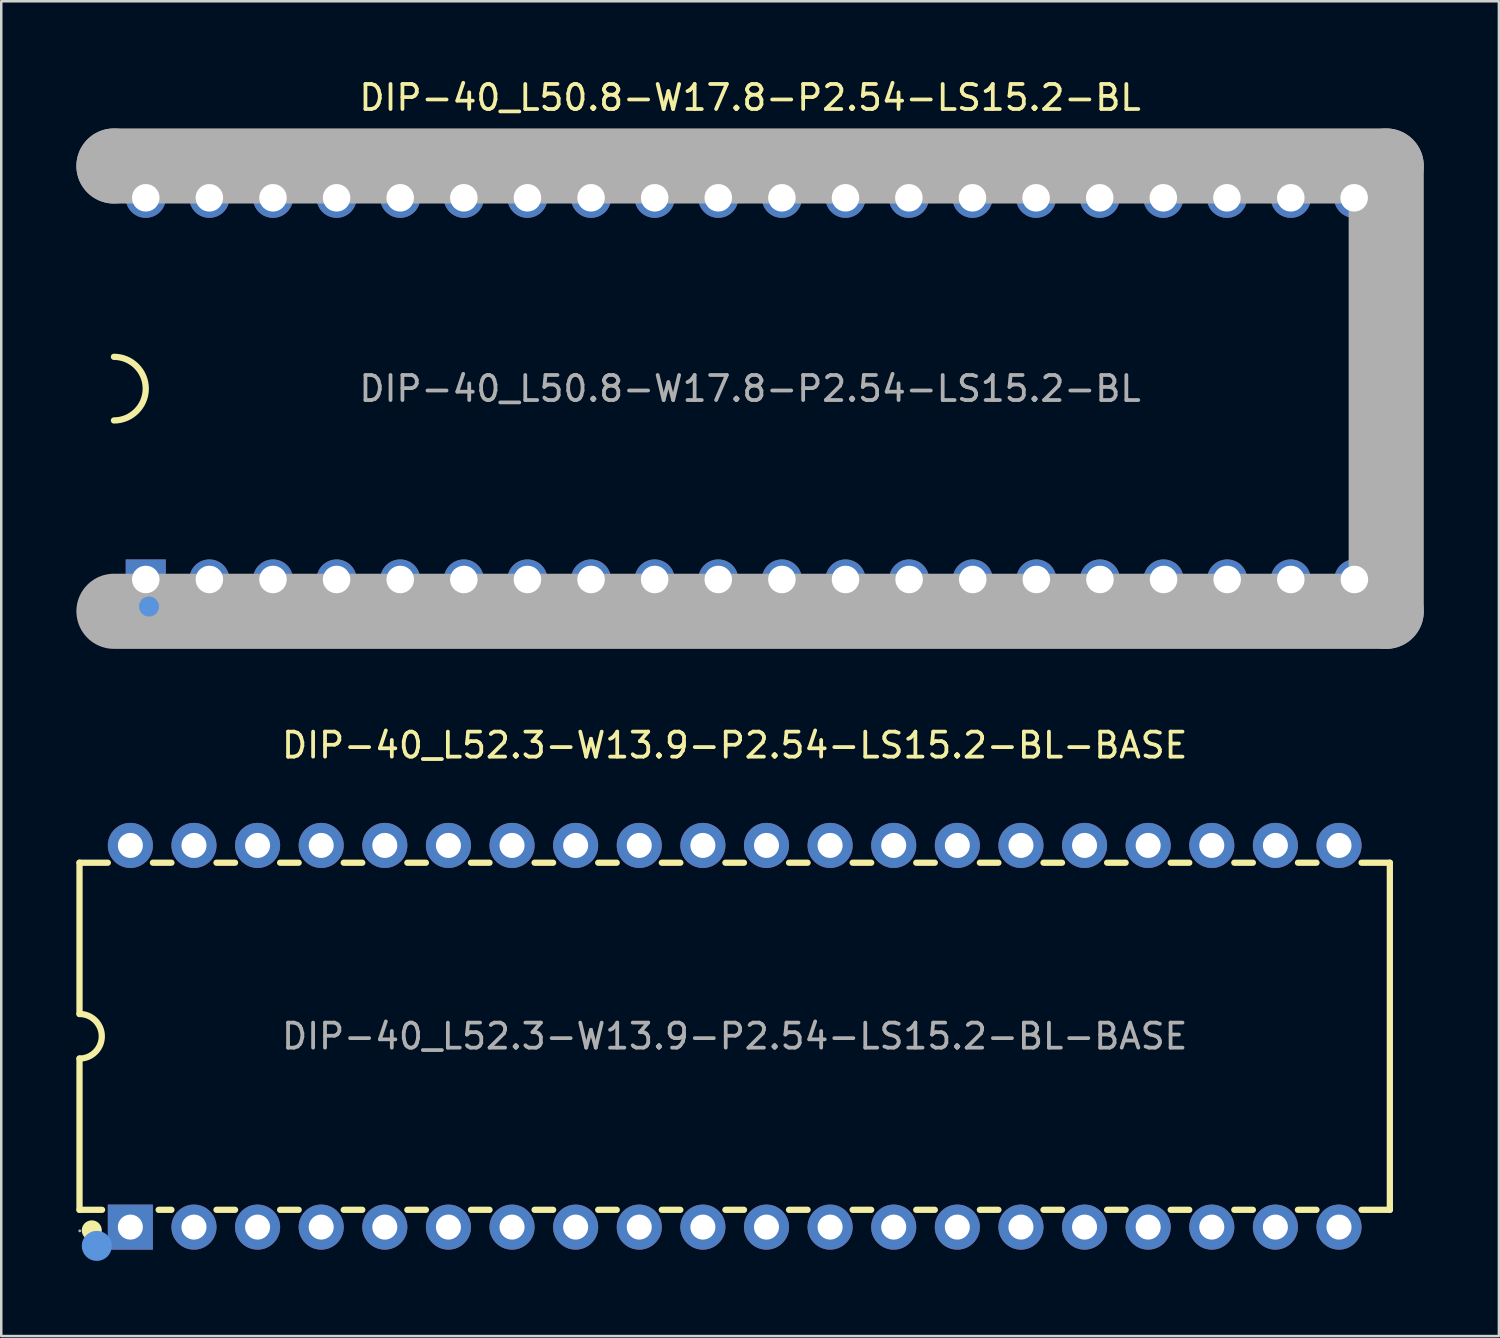
<source format=kicad_pcb>
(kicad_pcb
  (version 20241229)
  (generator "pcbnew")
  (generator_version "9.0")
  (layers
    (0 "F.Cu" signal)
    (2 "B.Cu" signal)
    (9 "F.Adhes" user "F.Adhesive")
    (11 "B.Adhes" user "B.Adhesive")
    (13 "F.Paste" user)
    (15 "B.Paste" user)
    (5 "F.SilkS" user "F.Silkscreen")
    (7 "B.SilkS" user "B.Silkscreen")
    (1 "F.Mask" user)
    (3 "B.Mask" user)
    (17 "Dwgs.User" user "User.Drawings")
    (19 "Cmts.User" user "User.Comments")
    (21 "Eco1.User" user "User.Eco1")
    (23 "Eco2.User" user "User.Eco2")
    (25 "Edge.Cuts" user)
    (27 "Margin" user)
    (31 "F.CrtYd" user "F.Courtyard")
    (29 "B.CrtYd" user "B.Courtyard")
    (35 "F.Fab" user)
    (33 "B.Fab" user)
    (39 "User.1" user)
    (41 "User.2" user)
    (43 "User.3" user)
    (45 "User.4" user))
  (footprint "DIP-40_L52.3-W13.9-P2.54-LS15.2-BL-BASE"
    (layer "F.Cu")
    (at 26.285 38.327)
    (property "Reference" "DIP-40_L52.3-W13.9-P2.54-LS15.2-BL-BASE" (at 0 -11.62 0) (layer "F.SilkS") (effects (font (size 1 1) (thickness 0.15))))
    (attr through_hole)
    (fp_line (start -26.16 -6.93) (end -26.16 -0.89) (stroke (width 0.25) (type solid)) (layer "F.SilkS"))
    (fp_line (start -26.16 -6.93) (end -25.03 -6.93) (stroke (width 0.25) (type solid)) (layer "F.SilkS"))
    (fp_line (start -26.16 6.93) (end -26.16 0.89) (stroke (width 0.25) (type solid)) (layer "F.SilkS"))
    (fp_line (start -26.16 6.93) (end -25.26 6.93) (stroke (width 0.25) (type solid)) (layer "F.SilkS"))
    (fp_line (start -23.23 -6.93) (end -22.49 -6.93) (stroke (width 0.25) (type solid)) (layer "F.SilkS"))
    (fp_line (start -23 6.93) (end -22.49 6.93) (stroke (width 0.25) (type solid)) (layer "F.SilkS"))
    (fp_line (start -20.69 -6.93) (end -19.95 -6.93) (stroke (width 0.25) (type solid)) (layer "F.SilkS"))
    (fp_line (start -20.69 6.93) (end -19.95 6.93) (stroke (width 0.25) (type solid)) (layer "F.SilkS"))
    (fp_line (start -18.15 -6.93) (end -17.41 -6.93) (stroke (width 0.25) (type solid)) (layer "F.SilkS"))
    (fp_line (start -18.15 6.93) (end -17.41 6.93) (stroke (width 0.25) (type solid)) (layer "F.SilkS"))
    (fp_line (start -15.61 -6.93) (end -14.87 -6.93) (stroke (width 0.25) (type solid)) (layer "F.SilkS"))
    (fp_line (start -15.61 6.93) (end -14.87 6.93) (stroke (width 0.25) (type solid)) (layer "F.SilkS"))
    (fp_line (start -13.07 -6.93) (end -12.33 -6.93) (stroke (width 0.25) (type solid)) (layer "F.SilkS"))
    (fp_line (start -13.07 6.93) (end -12.33 6.93) (stroke (width 0.25) (type solid)) (layer "F.SilkS"))
    (fp_line (start -10.53 -6.93) (end -9.79 -6.93) (stroke (width 0.25) (type solid)) (layer "F.SilkS"))
    (fp_line (start -10.53 6.93) (end -9.79 6.93) (stroke (width 0.25) (type solid)) (layer "F.SilkS"))
    (fp_line (start -7.99 -6.93) (end -7.25 -6.93) (stroke (width 0.25) (type solid)) (layer "F.SilkS"))
    (fp_line (start -7.99 6.93) (end -7.25 6.93) (stroke (width 0.25) (type solid)) (layer "F.SilkS"))
    (fp_line (start -5.45 -6.93) (end -4.71 -6.93) (stroke (width 0.25) (type solid)) (layer "F.SilkS"))
    (fp_line (start -5.45 6.93) (end -4.71 6.93) (stroke (width 0.25) (type solid)) (layer "F.SilkS"))
    (fp_line (start -2.91 -6.93) (end -2.17 -6.93) (stroke (width 0.25) (type solid)) (layer "F.SilkS"))
    (fp_line (start -2.91 6.93) (end -2.17 6.93) (stroke (width 0.25) (type solid)) (layer "F.SilkS"))
    (fp_line (start -0.37 -6.93) (end 0.37 -6.93) (stroke (width 0.25) (type solid)) (layer "F.SilkS"))
    (fp_line (start -0.37 6.93) (end 0.37 6.93) (stroke (width 0.25) (type solid)) (layer "F.SilkS"))
    (fp_line (start 2.17 -6.93) (end 2.91 -6.93) (stroke (width 0.25) (type solid)) (layer "F.SilkS"))
    (fp_line (start 2.17 6.93) (end 2.91 6.93) (stroke (width 0.25) (type solid)) (layer "F.SilkS"))
    (fp_line (start 4.71 -6.93) (end 5.45 -6.93) (stroke (width 0.25) (type solid)) (layer "F.SilkS"))
    (fp_line (start 4.71 6.93) (end 5.45 6.93) (stroke (width 0.25) (type solid)) (layer "F.SilkS"))
    (fp_line (start 7.25 -6.93) (end 7.99 -6.93) (stroke (width 0.25) (type solid)) (layer "F.SilkS"))
    (fp_line (start 7.25 6.93) (end 7.99 6.93) (stroke (width 0.25) (type solid)) (layer "F.SilkS"))
    (fp_line (start 9.79 -6.93) (end 10.53 -6.93) (stroke (width 0.25) (type solid)) (layer "F.SilkS"))
    (fp_line (start 9.79 6.93) (end 10.53 6.93) (stroke (width 0.25) (type solid)) (layer "F.SilkS"))
    (fp_line (start 12.33 -6.93) (end 13.07 -6.93) (stroke (width 0.25) (type solid)) (layer "F.SilkS"))
    (fp_line (start 12.33 6.93) (end 13.07 6.93) (stroke (width 0.25) (type solid)) (layer "F.SilkS"))
    (fp_line (start 14.87 -6.93) (end 15.61 -6.93) (stroke (width 0.25) (type solid)) (layer "F.SilkS"))
    (fp_line (start 14.87 6.93) (end 15.61 6.93) (stroke (width 0.25) (type solid)) (layer "F.SilkS"))
    (fp_line (start 17.41 -6.93) (end 18.15 -6.93) (stroke (width 0.25) (type solid)) (layer "F.SilkS"))
    (fp_line (start 17.41 6.93) (end 18.15 6.93) (stroke (width 0.25) (type solid)) (layer "F.SilkS"))
    (fp_line (start 19.95 -6.93) (end 20.69 -6.93) (stroke (width 0.25) (type solid)) (layer "F.SilkS"))
    (fp_line (start 19.95 6.93) (end 20.69 6.93) (stroke (width 0.25) (type solid)) (layer "F.SilkS"))
    (fp_line (start 22.49 -6.93) (end 23.23 -6.93) (stroke (width 0.25) (type solid)) (layer "F.SilkS"))
    (fp_line (start 22.49 6.93) (end 23.23 6.93) (stroke (width 0.25) (type solid)) (layer "F.SilkS"))
    (fp_line (start 25.03 -6.93) (end 26.16 -6.93) (stroke (width 0.25) (type solid)) (layer "F.SilkS"))
    (fp_line (start 25.03 6.93) (end 26.16 6.93) (stroke (width 0.25) (type solid)) (layer "F.SilkS"))
    (fp_line (start 26.16 -6.93) (end 26.16 6.93) (stroke (width 0.25) (type solid)) (layer "F.SilkS"))
    (fp_arc (start -26.16 -0.89) (mid -25.27 0) (end -26.16 0.89) (stroke (width 0.25) (type solid)) (layer "F.SilkS"))
    (fp_circle (center -25.67 7.75) (end -25.47 7.75) (stroke (width 0.4) (type solid)) (fill no) (layer "F.SilkS"))
    (fp_circle (center -25.47 8.37) (end -25.17 8.37) (stroke (width 0.6) (type solid)) (fill no) (layer "Cmts.User"))
    (fp_circle (center -26.15 7.77) (end -26.12 7.77) (stroke (width 0.06) (type solid)) (fill no) (layer "F.Fab"))
    (fp_text user "${REFERENCE}" (at 0 0 0) (layer "F.Fab") (effects (font (size 1 1) (thickness 0.15))))
    (pad "1" thru_hole rect (at -24.13 7.62) (size 1.8 1.8) (drill 1) (layers "*.Cu" "*.Paste" "*.Mask"))
    (pad "2" thru_hole circle (at -21.59 7.62) (size 1.8 1.8) (drill 1) (layers "*.Cu" "*.Paste" "*.Mask"))
    (pad "3" thru_hole circle (at -19.05 7.62) (size 1.8 1.8) (drill 1) (layers "*.Cu" "*.Paste" "*.Mask"))
    (pad "4" thru_hole circle (at -16.51 7.62) (size 1.8 1.8) (drill 1) (layers "*.Cu" "*.Paste" "*.Mask"))
    (pad "5" thru_hole circle (at -13.97 7.62) (size 1.8 1.8) (drill 1) (layers "*.Cu" "*.Paste" "*.Mask"))
    (pad "6" thru_hole circle (at -11.43 7.62) (size 1.8 1.8) (drill 1) (layers "*.Cu" "*.Paste" "*.Mask"))
    (pad "7" thru_hole circle (at -8.89 7.62) (size 1.8 1.8) (drill 1) (layers "*.Cu" "*.Paste" "*.Mask"))
    (pad "8" thru_hole circle (at -6.35 7.62) (size 1.8 1.8) (drill 1) (layers "*.Cu" "*.Paste" "*.Mask"))
    (pad "9" thru_hole circle (at -3.81 7.62) (size 1.8 1.8) (drill 1) (layers "*.Cu" "*.Paste" "*.Mask"))
    (pad "10" thru_hole circle (at -1.27 7.62) (size 1.8 1.8) (drill 1) (layers "*.Cu" "*.Paste" "*.Mask"))
    (pad "11" thru_hole circle (at 1.27 7.62) (size 1.8 1.8) (drill 1) (layers "*.Cu" "*.Paste" "*.Mask"))
    (pad "12" thru_hole circle (at 3.81 7.62) (size 1.8 1.8) (drill 1) (layers "*.Cu" "*.Paste" "*.Mask"))
    (pad "13" thru_hole circle (at 6.35 7.62) (size 1.8 1.8) (drill 1) (layers "*.Cu" "*.Paste" "*.Mask"))
    (pad "14" thru_hole circle (at 8.89 7.62) (size 1.8 1.8) (drill 1) (layers "*.Cu" "*.Paste" "*.Mask"))
    (pad "15" thru_hole circle (at 11.43 7.62) (size 1.8 1.8) (drill 1) (layers "*.Cu" "*.Paste" "*.Mask"))
    (pad "16" thru_hole circle (at 13.97 7.62) (size 1.8 1.8) (drill 1) (layers "*.Cu" "*.Paste" "*.Mask"))
    (pad "17" thru_hole circle (at 16.51 7.62) (size 1.8 1.8) (drill 1) (layers "*.Cu" "*.Paste" "*.Mask"))
    (pad "18" thru_hole circle (at 19.05 7.62) (size 1.8 1.8) (drill 1) (layers "*.Cu" "*.Paste" "*.Mask"))
    (pad "19" thru_hole circle (at 21.59 7.62) (size 1.8 1.8) (drill 1) (layers "*.Cu" "*.Paste" "*.Mask"))
    (pad "20" thru_hole circle (at 24.13 7.62) (size 1.8 1.8) (drill 1) (layers "*.Cu" "*.Paste" "*.Mask"))
    (pad "21" thru_hole circle (at 24.13 -7.62) (size 1.8 1.8) (drill 1) (layers "*.Cu" "*.Paste" "*.Mask"))
    (pad "22" thru_hole circle (at 21.59 -7.62) (size 1.8 1.8) (drill 1) (layers "*.Cu" "*.Paste" "*.Mask"))
    (pad "23" thru_hole circle (at 19.05 -7.62) (size 1.8 1.8) (drill 1) (layers "*.Cu" "*.Paste" "*.Mask"))
    (pad "24" thru_hole circle (at 16.51 -7.62) (size 1.8 1.8) (drill 1) (layers "*.Cu" "*.Paste" "*.Mask"))
    (pad "25" thru_hole circle (at 13.97 -7.62) (size 1.8 1.8) (drill 1) (layers "*.Cu" "*.Paste" "*.Mask"))
    (pad "26" thru_hole circle (at 11.43 -7.62) (size 1.8 1.8) (drill 1) (layers "*.Cu" "*.Paste" "*.Mask"))
    (pad "27" thru_hole circle (at 8.89 -7.62) (size 1.8 1.8) (drill 1) (layers "*.Cu" "*.Paste" "*.Mask"))
    (pad "28" thru_hole circle (at 6.35 -7.62) (size 1.8 1.8) (drill 1) (layers "*.Cu" "*.Paste" "*.Mask"))
    (pad "29" thru_hole circle (at 3.81 -7.62) (size 1.8 1.8) (drill 1) (layers "*.Cu" "*.Paste" "*.Mask"))
    (pad "30" thru_hole circle (at 1.27 -7.62) (size 1.8 1.8) (drill 1) (layers "*.Cu" "*.Paste" "*.Mask"))
    (pad "31" thru_hole circle (at -1.27 -7.62) (size 1.8 1.8) (drill 1) (layers "*.Cu" "*.Paste" "*.Mask"))
    (pad "32" thru_hole circle (at -3.81 -7.62) (size 1.8 1.8) (drill 1) (layers "*.Cu" "*.Paste" "*.Mask"))
    (pad "33" thru_hole circle (at -6.35 -7.62) (size 1.8 1.8) (drill 1) (layers "*.Cu" "*.Paste" "*.Mask"))
    (pad "34" thru_hole circle (at -8.89 -7.62) (size 1.8 1.8) (drill 1) (layers "*.Cu" "*.Paste" "*.Mask"))
    (pad "35" thru_hole circle (at -11.43 -7.62) (size 1.8 1.8) (drill 1) (layers "*.Cu" "*.Paste" "*.Mask"))
    (pad "36" thru_hole circle (at -13.97 -7.62) (size 1.8 1.8) (drill 1) (layers "*.Cu" "*.Paste" "*.Mask"))
    (pad "37" thru_hole circle (at -16.51 -7.62) (size 1.8 1.8) (drill 1) (layers "*.Cu" "*.Paste" "*.Mask"))
    (pad "38" thru_hole circle (at -19.05 -7.62) (size 1.8 1.8) (drill 1) (layers "*.Cu" "*.Paste" "*.Mask"))
    (pad "39" thru_hole circle (at -21.59 -7.62) (size 1.8 1.8) (drill 1) (layers "*.Cu" "*.Paste" "*.Mask"))
    (pad "40" thru_hole circle (at -24.13 -7.62) (size 1.8 1.8) (drill 1) (layers "*.Cu" "*.Paste" "*.Mask")))
  (footprint "DIP-40_L50.8-W17.8-P2.54-LS15.2-BL"
    (layer "F.Cu")
    (at 26.9 12.468)
    (property "Reference" "DIP-40_L50.8-W17.8-P2.54-LS15.2-BL" (at 0 -11.62 0) (layer "F.SilkS") (effects (font (size 1 1) (thickness 0.15))))
    (attr through_hole)
    (fp_arc (start -25.4 -1.27) (mid -24.13 0) (end -25.4 1.27) (stroke (width 0.25) (type solid)) (layer "F.SilkS"))
    (fp_circle (center -25.5 9.6) (end -25.2 9.6) (stroke (width 0.25) (type solid)) (fill no) (layer "F.SilkS"))
    (fp_circle (center -24 8.7) (end -23.8 8.7) (stroke (width 0.4) (type solid)) (fill no) (layer "Cmts.User"))
    (fp_line (start -25.4 -8.89) (end -25.4 -8.89) (stroke (width 3) (type solid)) (layer "F.Fab"))
    (fp_line (start -25.4 -8.89) (end 25.4 -8.89) (stroke (width 3) (type solid)) (layer "F.Fab"))
    (fp_line (start 25.4 -8.89) (end 25.4 8.89) (stroke (width 3) (type solid)) (layer "F.Fab"))
    (fp_line (start 25.4 8.89) (end -25.4 8.89) (stroke (width 3) (type solid)) (layer "F.Fab"))
    (fp_circle (center -25.4 8.9) (end -25.37 8.9) (stroke (width 0.06) (type solid)) (fill no) (layer "F.Fab"))
    (fp_circle (center -24.13 -7.62) (end -24.01 -7.62) (stroke (width 0.25) (type solid)) (fill no) (layer "F.Fab"))
    (fp_circle (center -24.13 7.62) (end -24.01 7.62) (stroke (width 0.25) (type solid)) (fill no) (layer "F.Fab"))
    (fp_circle (center -21.59 -7.62) (end -21.47 -7.62) (stroke (width 0.25) (type solid)) (fill no) (layer "F.Fab"))
    (fp_circle (center -21.59 7.62) (end -21.47 7.62) (stroke (width 0.25) (type solid)) (fill no) (layer "F.Fab"))
    (fp_circle (center -19.05 -7.62) (end -18.93 -7.62) (stroke (width 0.25) (type solid)) (fill no) (layer "F.Fab"))
    (fp_circle (center -19.05 7.62) (end -18.93 7.62) (stroke (width 0.25) (type solid)) (fill no) (layer "F.Fab"))
    (fp_circle (center -16.51 -7.62) (end -16.39 -7.62) (stroke (width 0.25) (type solid)) (fill no) (layer "F.Fab"))
    (fp_circle (center -16.51 7.62) (end -16.39 7.62) (stroke (width 0.25) (type solid)) (fill no) (layer "F.Fab"))
    (fp_circle (center -13.97 -7.62) (end -13.85 -7.62) (stroke (width 0.25) (type solid)) (fill no) (layer "F.Fab"))
    (fp_circle (center -13.97 7.62) (end -13.85 7.62) (stroke (width 0.25) (type solid)) (fill no) (layer "F.Fab"))
    (fp_circle (center -11.43 -7.62) (end -11.31 -7.62) (stroke (width 0.25) (type solid)) (fill no) (layer "F.Fab"))
    (fp_circle (center -11.43 7.62) (end -11.31 7.62) (stroke (width 0.25) (type solid)) (fill no) (layer "F.Fab"))
    (fp_circle (center -8.89 -7.62) (end -8.77 -7.62) (stroke (width 0.25) (type solid)) (fill no) (layer "F.Fab"))
    (fp_circle (center -8.89 7.62) (end -8.77 7.62) (stroke (width 0.25) (type solid)) (fill no) (layer "F.Fab"))
    (fp_circle (center -6.35 -7.62) (end -6.23 -7.62) (stroke (width 0.25) (type solid)) (fill no) (layer "F.Fab"))
    (fp_circle (center -6.35 7.62) (end -6.23 7.62) (stroke (width 0.25) (type solid)) (fill no) (layer "F.Fab"))
    (fp_circle (center -3.81 -7.62) (end -3.69 -7.62) (stroke (width 0.25) (type solid)) (fill no) (layer "F.Fab"))
    (fp_circle (center -3.81 7.62) (end -3.69 7.62) (stroke (width 0.25) (type solid)) (fill no) (layer "F.Fab"))
    (fp_circle (center -1.27 -7.62) (end -1.15 -7.62) (stroke (width 0.25) (type solid)) (fill no) (layer "F.Fab"))
    (fp_circle (center -1.27 7.62) (end -1.15 7.62) (stroke (width 0.25) (type solid)) (fill no) (layer "F.Fab"))
    (fp_circle (center 1.27 -7.62) (end 1.39 -7.62) (stroke (width 0.25) (type solid)) (fill no) (layer "F.Fab"))
    (fp_circle (center 1.27 7.62) (end 1.39 7.62) (stroke (width 0.25) (type solid)) (fill no) (layer "F.Fab"))
    (fp_circle (center 3.81 -7.62) (end 3.93 -7.62) (stroke (width 0.25) (type solid)) (fill no) (layer "F.Fab"))
    (fp_circle (center 3.81 7.62) (end 3.93 7.62) (stroke (width 0.25) (type solid)) (fill no) (layer "F.Fab"))
    (fp_circle (center 6.34 -7.62) (end 6.46 -7.62) (stroke (width 0.25) (type solid)) (fill no) (layer "F.Fab"))
    (fp_circle (center 6.35 7.62) (end 6.47 7.62) (stroke (width 0.25) (type solid)) (fill no) (layer "F.Fab"))
    (fp_circle (center 8.88 -7.62) (end 9 -7.62) (stroke (width 0.25) (type solid)) (fill no) (layer "F.Fab"))
    (fp_circle (center 8.89 7.62) (end 9.01 7.62) (stroke (width 0.25) (type solid)) (fill no) (layer "F.Fab"))
    (fp_circle (center 11.42 -7.62) (end 11.54 -7.62) (stroke (width 0.25) (type solid)) (fill no) (layer "F.Fab"))
    (fp_circle (center 11.43 7.62) (end 11.55 7.62) (stroke (width 0.25) (type solid)) (fill no) (layer "F.Fab"))
    (fp_circle (center 13.96 -7.62) (end 14.08 -7.62) (stroke (width 0.25) (type solid)) (fill no) (layer "F.Fab"))
    (fp_circle (center 13.97 7.62) (end 14.09 7.62) (stroke (width 0.25) (type solid)) (fill no) (layer "F.Fab"))
    (fp_circle (center 16.5 -7.62) (end 16.62 -7.62) (stroke (width 0.25) (type solid)) (fill no) (layer "F.Fab"))
    (fp_circle (center 16.51 7.62) (end 16.63 7.62) (stroke (width 0.25) (type solid)) (fill no) (layer "F.Fab"))
    (fp_circle (center 19.04 -7.62) (end 19.16 -7.62) (stroke (width 0.25) (type solid)) (fill no) (layer "F.Fab"))
    (fp_circle (center 19.05 7.62) (end 19.17 7.62) (stroke (width 0.25) (type solid)) (fill no) (layer "F.Fab"))
    (fp_circle (center 21.59 -7.62) (end 21.71 -7.62) (stroke (width 0.25) (type solid)) (fill no) (layer "F.Fab"))
    (fp_circle (center 21.59 7.62) (end 21.71 7.62) (stroke (width 0.25) (type solid)) (fill no) (layer "F.Fab"))
    (fp_circle (center 24.12 -7.62) (end 24.24 -7.62) (stroke (width 0.25) (type solid)) (fill no) (layer "F.Fab"))
    (fp_circle (center 24.13 7.62) (end 24.25 7.62) (stroke (width 0.25) (type solid)) (fill no) (layer "F.Fab"))
    (fp_text user "${REFERENCE}" (at 0 0 0) (layer "F.Fab") (effects (font (size 1 1) (thickness 0.15))))
    (pad "1" thru_hole rect (at -24.13 7.62 90) (size 1.6 1.6) (drill 1.1) (layers "*.Cu" "*.Paste" "*.Mask"))
    (pad "2" thru_hole circle (at -21.59 7.62 90) (size 1.6 1.6) (drill 1.1) (layers "*.Cu" "*.Paste" "*.Mask"))
    (pad "3" thru_hole circle (at -19.05 7.62 90) (size 1.6 1.6) (drill 1.1) (layers "*.Cu" "*.Paste" "*.Mask"))
    (pad "4" thru_hole circle (at -16.51 7.62 90) (size 1.6 1.6) (drill 1.1) (layers "*.Cu" "*.Paste" "*.Mask"))
    (pad "5" thru_hole circle (at -13.97 7.62 90) (size 1.6 1.6) (drill 1.1) (layers "*.Cu" "*.Paste" "*.Mask"))
    (pad "6" thru_hole circle (at -11.43 7.62 90) (size 1.6 1.6) (drill 1.1) (layers "*.Cu" "*.Paste" "*.Mask"))
    (pad "7" thru_hole circle (at -8.89 7.62 90) (size 1.6 1.6) (drill 1.1) (layers "*.Cu" "*.Paste" "*.Mask"))
    (pad "8" thru_hole circle (at -6.35 7.62 90) (size 1.6 1.6) (drill 1.1) (layers "*.Cu" "*.Paste" "*.Mask"))
    (pad "9" thru_hole circle (at -3.81 7.62 90) (size 1.6 1.6) (drill 1.1) (layers "*.Cu" "*.Paste" "*.Mask"))
    (pad "10" thru_hole circle (at -1.27 7.62 90) (size 1.6 1.6) (drill 1.1) (layers "*.Cu" "*.Paste" "*.Mask"))
    (pad "11" thru_hole circle (at 1.27 7.62 90) (size 1.6 1.6) (drill 1.1) (layers "*.Cu" "*.Paste" "*.Mask"))
    (pad "12" thru_hole circle (at 3.81 7.62 90) (size 1.6 1.6) (drill 1.1) (layers "*.Cu" "*.Paste" "*.Mask"))
    (pad "13" thru_hole circle (at 6.35 7.62 90) (size 1.6 1.6) (drill 1.1) (layers "*.Cu" "*.Paste" "*.Mask"))
    (pad "14" thru_hole circle (at 8.89 7.62 90) (size 1.6 1.6) (drill 1.1) (layers "*.Cu" "*.Paste" "*.Mask"))
    (pad "15" thru_hole circle (at 11.43 7.62 90) (size 1.6 1.6) (drill 1.1) (layers "*.Cu" "*.Paste" "*.Mask"))
    (pad "16" thru_hole circle (at 13.97 7.62 90) (size 1.6 1.6) (drill 1.1) (layers "*.Cu" "*.Paste" "*.Mask"))
    (pad "17" thru_hole circle (at 16.51 7.62 90) (size 1.6 1.6) (drill 1.1) (layers "*.Cu" "*.Paste" "*.Mask"))
    (pad "18" thru_hole circle (at 19.05 7.62 90) (size 1.6 1.6) (drill 1.1) (layers "*.Cu" "*.Paste" "*.Mask"))
    (pad "19" thru_hole circle (at 21.59 7.62 90) (size 1.6 1.6) (drill 1.1) (layers "*.Cu" "*.Paste" "*.Mask"))
    (pad "20" thru_hole circle (at 24.13 7.62 90) (size 1.6 1.6) (drill 1.1) (layers "*.Cu" "*.Paste" "*.Mask"))
    (pad "21" thru_hole circle (at 24.12 -7.62 90) (size 1.6 1.6) (drill 1.1) (layers "*.Cu" "*.Paste" "*.Mask"))
    (pad "22" thru_hole circle (at 21.59 -7.62 90) (size 1.6 1.6) (drill 1.1) (layers "*.Cu" "*.Paste" "*.Mask"))
    (pad "23" thru_hole circle (at 19.04 -7.62 90) (size 1.6 1.6) (drill 1.1) (layers "*.Cu" "*.Paste" "*.Mask"))
    (pad "24" thru_hole circle (at 16.5 -7.62 90) (size 1.6 1.6) (drill 1.1) (layers "*.Cu" "*.Paste" "*.Mask"))
    (pad "25" thru_hole circle (at 13.96 -7.62 90) (size 1.6 1.6) (drill 1.1) (layers "*.Cu" "*.Paste" "*.Mask"))
    (pad "26" thru_hole circle (at 11.42 -7.62 90) (size 1.6 1.6) (drill 1.1) (layers "*.Cu" "*.Paste" "*.Mask"))
    (pad "27" thru_hole circle (at 8.88 -7.62 90) (size 1.6 1.6) (drill 1.1) (layers "*.Cu" "*.Paste" "*.Mask"))
    (pad "28" thru_hole circle (at 6.34 -7.62 90) (size 1.6 1.6) (drill 1.1) (layers "*.Cu" "*.Paste" "*.Mask"))
    (pad "29" thru_hole circle (at 3.81 -7.62 90) (size 1.6 1.6) (drill 1.1) (layers "*.Cu" "*.Paste" "*.Mask"))
    (pad "30" thru_hole circle (at 1.27 -7.62 90) (size 1.6 1.6) (drill 1.1) (layers "*.Cu" "*.Paste" "*.Mask"))
    (pad "31" thru_hole circle (at -1.27 -7.62 90) (size 1.6 1.6) (drill 1.1) (layers "*.Cu" "*.Paste" "*.Mask"))
    (pad "32" thru_hole circle (at -3.81 -7.62 90) (size 1.6 1.6) (drill 1.1) (layers "*.Cu" "*.Paste" "*.Mask"))
    (pad "33" thru_hole circle (at -6.35 -7.62 90) (size 1.6 1.6) (drill 1.1) (layers "*.Cu" "*.Paste" "*.Mask"))
    (pad "34" thru_hole circle (at -8.89 -7.62 90) (size 1.6 1.6) (drill 1.1) (layers "*.Cu" "*.Paste" "*.Mask"))
    (pad "35" thru_hole circle (at -11.43 -7.62 90) (size 1.6 1.6) (drill 1.1) (layers "*.Cu" "*.Paste" "*.Mask"))
    (pad "36" thru_hole circle (at -13.97 -7.62 90) (size 1.6 1.6) (drill 1.1) (layers "*.Cu" "*.Paste" "*.Mask"))
    (pad "37" thru_hole circle (at -16.51 -7.62 90) (size 1.6 1.6) (drill 1.1) (layers "*.Cu" "*.Paste" "*.Mask"))
    (pad "38" thru_hole circle (at -19.05 -7.62 90) (size 1.6 1.6) (drill 1.1) (layers "*.Cu" "*.Paste" "*.Mask"))
    (pad "39" thru_hole circle (at -21.59 -7.62 90) (size 1.6 1.6) (drill 1.1) (layers "*.Cu" "*.Paste" "*.Mask"))
    (pad "40" thru_hole circle (at -24.13 -7.62 90) (size 1.6 1.6) (drill 1.1) (layers "*.Cu" "*.Paste" "*.Mask")))
  (gr_rect
    (start -3 -3)
    (end 56.8 50.297)
    (stroke (width 0.1) (type default))
    (fill no)
    (layer "Edge.Cuts")))
</source>
